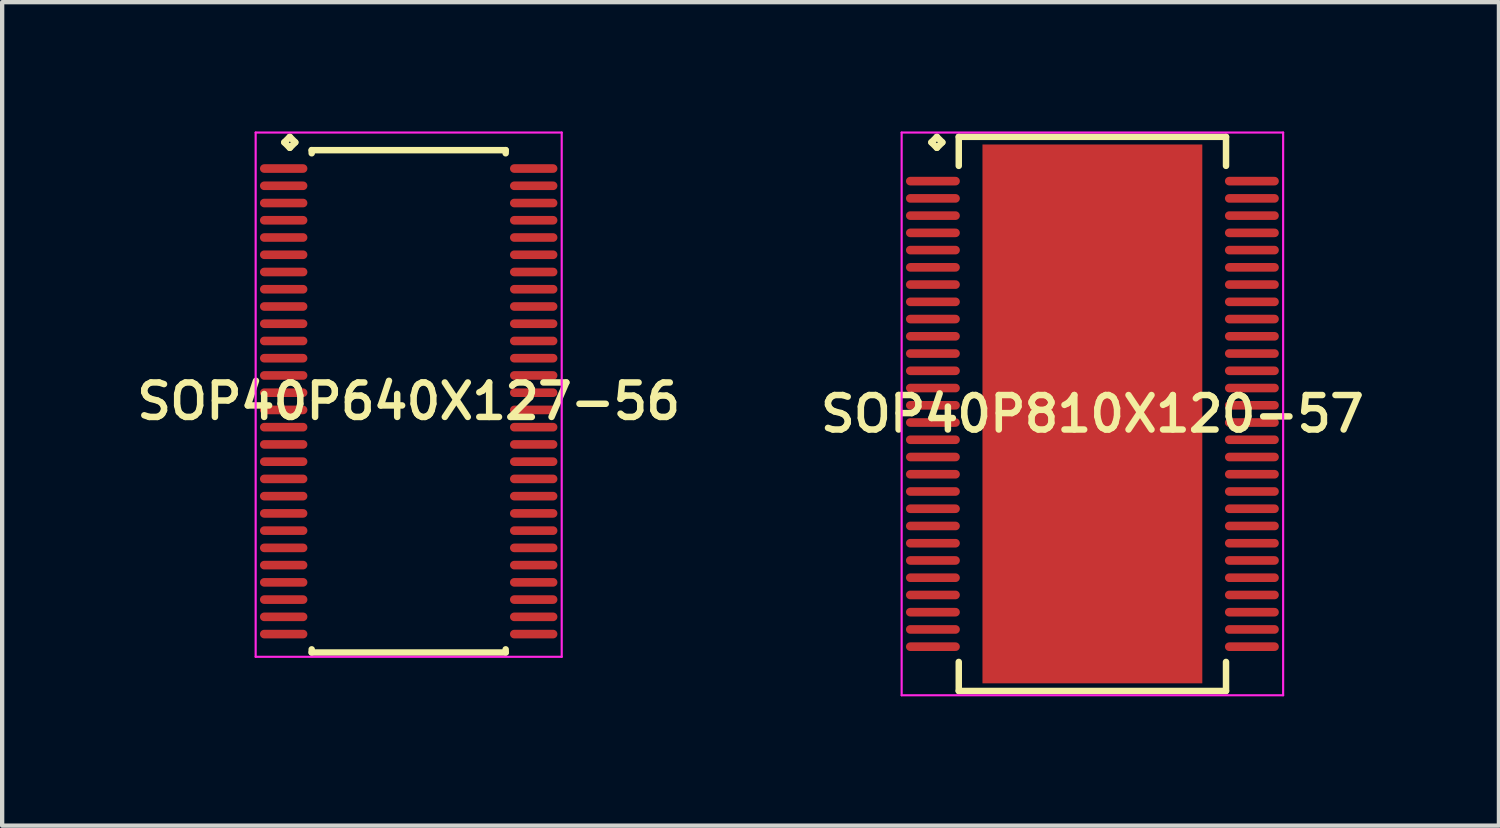
<source format=kicad_pcb>
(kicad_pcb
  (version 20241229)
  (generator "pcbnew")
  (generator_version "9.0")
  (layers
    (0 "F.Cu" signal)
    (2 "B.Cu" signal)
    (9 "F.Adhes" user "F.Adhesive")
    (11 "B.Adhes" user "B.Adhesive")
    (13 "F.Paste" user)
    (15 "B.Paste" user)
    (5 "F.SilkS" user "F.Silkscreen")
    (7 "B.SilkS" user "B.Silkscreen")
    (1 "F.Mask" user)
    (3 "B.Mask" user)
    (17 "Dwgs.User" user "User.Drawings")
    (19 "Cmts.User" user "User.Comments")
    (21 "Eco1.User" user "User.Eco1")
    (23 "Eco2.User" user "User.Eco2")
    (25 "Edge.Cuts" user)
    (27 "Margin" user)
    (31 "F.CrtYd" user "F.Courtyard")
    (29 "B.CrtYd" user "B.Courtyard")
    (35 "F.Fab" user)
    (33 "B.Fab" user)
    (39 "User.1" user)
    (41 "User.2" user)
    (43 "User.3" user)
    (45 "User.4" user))
  (footprint "SOP40P810X120-57"
    (layer "F.Cu")
    (at 22.292 6.552)
    (property "Reference" "SOP40P810X120-57" (at 0 0 0) (layer "F.SilkS") (effects (font (size 0.8 0.8) (thickness 0.15))))
    (attr smd)
    (fp_line (start -3.735 -6.3) (end -3.608 -6.427) (stroke (width 0.15) (type solid)) (layer "F.SilkS"))
    (fp_line (start -3.608 -6.427) (end -3.481 -6.3) (stroke (width 0.15) (type solid)) (layer "F.SilkS"))
    (fp_line (start -3.608 -6.173) (end -3.735 -6.3) (stroke (width 0.15) (type solid)) (layer "F.SilkS"))
    (fp_line (start -3.481 -6.3) (end -3.608 -6.173) (stroke (width 0.15) (type solid)) (layer "F.SilkS"))
    (fp_line (start -3.1 -6.427) (end 3.1 -6.427) (stroke (width 0.15) (type solid)) (layer "F.SilkS"))
    (fp_line (start -3.1 -5.754) (end -3.1 -6.427) (stroke (width 0.15) (type solid)) (layer "F.SilkS"))
    (fp_line (start -3.1 5.754) (end -3.1 6.427) (stroke (width 0.15) (type solid)) (layer "F.SilkS"))
    (fp_line (start -3.1 6.427) (end 3.1 6.427) (stroke (width 0.15) (type solid)) (layer "F.SilkS"))
    (fp_line (start 3.1 -6.427) (end 3.1 -5.754) (stroke (width 0.15) (type solid)) (layer "F.SilkS"))
    (fp_line (start 3.1 6.427) (end 3.1 5.754) (stroke (width 0.15) (type solid)) (layer "F.SilkS"))
    (fp_line (start -4.425 -6.527) (end 4.425 -6.527) (stroke (width 0.05) (type solid)) (layer "F.CrtYd"))
    (fp_line (start -4.425 6.527) (end -4.425 -6.527) (stroke (width 0.05) (type solid)) (layer "F.CrtYd"))
    (fp_line (start 4.425 -6.527) (end 4.425 6.527) (stroke (width 0.05) (type solid)) (layer "F.CrtYd"))
    (fp_line (start 4.425 6.527) (end -4.425 6.527) (stroke (width 0.05) (type solid)) (layer "F.CrtYd"))
    (pad "1" smd oval (at -3.7 -5.4) (size 1.25 0.2) (layers "F.Cu" "F.Mask" "F.Paste"))
    (pad "2" smd oval (at -3.7 -5) (size 1.25 0.2) (layers "F.Cu" "F.Mask" "F.Paste"))
    (pad "3" smd oval (at -3.7 -4.6) (size 1.25 0.2) (layers "F.Cu" "F.Mask" "F.Paste"))
    (pad "4" smd oval (at -3.7 -4.2) (size 1.25 0.2) (layers "F.Cu" "F.Mask" "F.Paste"))
    (pad "5" smd oval (at -3.7 -3.8) (size 1.25 0.2) (layers "F.Cu" "F.Mask" "F.Paste"))
    (pad "6" smd oval (at -3.7 -3.4) (size 1.25 0.2) (layers "F.Cu" "F.Mask" "F.Paste"))
    (pad "7" smd oval (at -3.7 -3) (size 1.25 0.2) (layers "F.Cu" "F.Mask" "F.Paste"))
    (pad "8" smd oval (at -3.7 -2.6) (size 1.25 0.2) (layers "F.Cu" "F.Mask" "F.Paste"))
    (pad "9" smd oval (at -3.7 -2.2) (size 1.25 0.2) (layers "F.Cu" "F.Mask" "F.Paste"))
    (pad "10" smd oval (at -3.7 -1.8) (size 1.25 0.2) (layers "F.Cu" "F.Mask" "F.Paste"))
    (pad "11" smd oval (at -3.7 -1.4) (size 1.25 0.2) (layers "F.Cu" "F.Mask" "F.Paste"))
    (pad "12" smd oval (at -3.7 -1) (size 1.25 0.2) (layers "F.Cu" "F.Mask" "F.Paste"))
    (pad "13" smd oval (at -3.7 -0.6) (size 1.25 0.2) (layers "F.Cu" "F.Mask" "F.Paste"))
    (pad "14" smd oval (at -3.7 -0.2) (size 1.25 0.2) (layers "F.Cu" "F.Mask" "F.Paste"))
    (pad "15" smd oval (at -3.7 0.2) (size 1.25 0.2) (layers "F.Cu" "F.Mask" "F.Paste"))
    (pad "16" smd oval (at -3.7 0.6) (size 1.25 0.2) (layers "F.Cu" "F.Mask" "F.Paste"))
    (pad "17" smd oval (at -3.7 1) (size 1.25 0.2) (layers "F.Cu" "F.Mask" "F.Paste"))
    (pad "18" smd oval (at -3.7 1.4) (size 1.25 0.2) (layers "F.Cu" "F.Mask" "F.Paste"))
    (pad "19" smd oval (at -3.7 1.8) (size 1.25 0.2) (layers "F.Cu" "F.Mask" "F.Paste"))
    (pad "20" smd oval (at -3.7 2.2) (size 1.25 0.2) (layers "F.Cu" "F.Mask" "F.Paste"))
    (pad "21" smd oval (at -3.7 2.6) (size 1.25 0.2) (layers "F.Cu" "F.Mask" "F.Paste"))
    (pad "22" smd oval (at -3.7 3) (size 1.25 0.2) (layers "F.Cu" "F.Mask" "F.Paste"))
    (pad "23" smd oval (at -3.7 3.4) (size 1.25 0.2) (layers "F.Cu" "F.Mask" "F.Paste"))
    (pad "24" smd oval (at -3.7 3.8) (size 1.25 0.2) (layers "F.Cu" "F.Mask" "F.Paste"))
    (pad "25" smd oval (at -3.7 4.2) (size 1.25 0.2) (layers "F.Cu" "F.Mask" "F.Paste"))
    (pad "26" smd oval (at -3.7 4.6) (size 1.25 0.2) (layers "F.Cu" "F.Mask" "F.Paste"))
    (pad "27" smd oval (at -3.7 5) (size 1.25 0.2) (layers "F.Cu" "F.Mask" "F.Paste"))
    (pad "28" smd oval (at -3.7 5.4) (size 1.25 0.2) (layers "F.Cu" "F.Mask" "F.Paste"))
    (pad "29" smd oval (at 3.7 5.4) (size 1.25 0.2) (layers "F.Cu" "F.Mask" "F.Paste"))
    (pad "30" smd oval (at 3.7 5) (size 1.25 0.2) (layers "F.Cu" "F.Mask" "F.Paste"))
    (pad "31" smd oval (at 3.7 4.6) (size 1.25 0.2) (layers "F.Cu" "F.Mask" "F.Paste"))
    (pad "32" smd oval (at 3.7 4.2) (size 1.25 0.2) (layers "F.Cu" "F.Mask" "F.Paste"))
    (pad "33" smd oval (at 3.7 3.8) (size 1.25 0.2) (layers "F.Cu" "F.Mask" "F.Paste"))
    (pad "34" smd oval (at 3.7 3.4) (size 1.25 0.2) (layers "F.Cu" "F.Mask" "F.Paste"))
    (pad "35" smd oval (at 3.7 3) (size 1.25 0.2) (layers "F.Cu" "F.Mask" "F.Paste"))
    (pad "36" smd oval (at 3.7 2.6) (size 1.25 0.2) (layers "F.Cu" "F.Mask" "F.Paste"))
    (pad "37" smd oval (at 3.7 2.2) (size 1.25 0.2) (layers "F.Cu" "F.Mask" "F.Paste"))
    (pad "38" smd oval (at 3.7 1.8) (size 1.25 0.2) (layers "F.Cu" "F.Mask" "F.Paste"))
    (pad "39" smd oval (at 3.7 1.4) (size 1.25 0.2) (layers "F.Cu" "F.Mask" "F.Paste"))
    (pad "40" smd oval (at 3.7 1) (size 1.25 0.2) (layers "F.Cu" "F.Mask" "F.Paste"))
    (pad "41" smd oval (at 3.7 0.6) (size 1.25 0.2) (layers "F.Cu" "F.Mask" "F.Paste"))
    (pad "42" smd oval (at 3.7 0.2) (size 1.25 0.2) (layers "F.Cu" "F.Mask" "F.Paste"))
    (pad "43" smd oval (at 3.7 -0.2) (size 1.25 0.2) (layers "F.Cu" "F.Mask" "F.Paste"))
    (pad "44" smd oval (at 3.7 -0.6) (size 1.25 0.2) (layers "F.Cu" "F.Mask" "F.Paste"))
    (pad "45" smd oval (at 3.7 -1) (size 1.25 0.2) (layers "F.Cu" "F.Mask" "F.Paste"))
    (pad "46" smd oval (at 3.7 -1.4) (size 1.25 0.2) (layers "F.Cu" "F.Mask" "F.Paste"))
    (pad "47" smd oval (at 3.7 -1.8) (size 1.25 0.2) (layers "F.Cu" "F.Mask" "F.Paste"))
    (pad "48" smd oval (at 3.7 -2.2) (size 1.25 0.2) (layers "F.Cu" "F.Mask" "F.Paste"))
    (pad "49" smd oval (at 3.7 -2.6) (size 1.25 0.2) (layers "F.Cu" "F.Mask" "F.Paste"))
    (pad "50" smd oval (at 3.7 -3) (size 1.25 0.2) (layers "F.Cu" "F.Mask" "F.Paste"))
    (pad "51" smd oval (at 3.7 -3.4) (size 1.25 0.2) (layers "F.Cu" "F.Mask" "F.Paste"))
    (pad "52" smd oval (at 3.7 -3.8) (size 1.25 0.2) (layers "F.Cu" "F.Mask" "F.Paste"))
    (pad "53" smd oval (at 3.7 -4.2) (size 1.25 0.2) (layers "F.Cu" "F.Mask" "F.Paste"))
    (pad "54" smd oval (at 3.7 -4.6) (size 1.25 0.2) (layers "F.Cu" "F.Mask" "F.Paste"))
    (pad "55" smd oval (at 3.7 -5) (size 1.25 0.2) (layers "F.Cu" "F.Mask" "F.Paste"))
    (pad "56" smd oval (at 3.7 -5.4) (size 1.25 0.2) (layers "F.Cu" "F.Mask" "F.Paste"))
    (pad "57" smd rect (at 0 0) (size 5.1 12.5) (layers "F.Cu" "F.Mask" "F.Paste")))
  (footprint "SOP40P640X127-56"
    (layer "F.Cu")
    (at 6.431 6.26)
    (property "Reference" "SOP40P640X127-56" (at 0 0 0) (layer "F.SilkS") (effects (font (size 0.8 0.8) (thickness 0.15))))
    (attr smd)
    (fp_line (start -2.885 -6.008) (end -2.758 -6.135) (stroke (width 0.15) (type solid)) (layer "F.SilkS"))
    (fp_line (start -2.758 -6.135) (end -2.631 -6.008) (stroke (width 0.15) (type solid)) (layer "F.SilkS"))
    (fp_line (start -2.758 -5.881) (end -2.885 -6.008) (stroke (width 0.15) (type solid)) (layer "F.SilkS"))
    (fp_line (start -2.631 -6.008) (end -2.758 -5.881) (stroke (width 0.15) (type solid)) (layer "F.SilkS"))
    (fp_line (start -2.25 -5.827) (end 2.25 -5.827) (stroke (width 0.15) (type solid)) (layer "F.SilkS"))
    (fp_line (start -2.25 -5.754) (end -2.25 -5.827) (stroke (width 0.15) (type solid)) (layer "F.SilkS"))
    (fp_line (start -2.25 5.754) (end -2.25 5.827) (stroke (width 0.15) (type solid)) (layer "F.SilkS"))
    (fp_line (start -2.25 5.827) (end 2.25 5.827) (stroke (width 0.15) (type solid)) (layer "F.SilkS"))
    (fp_line (start 2.25 -5.827) (end 2.25 -5.754) (stroke (width 0.15) (type solid)) (layer "F.SilkS"))
    (fp_line (start 2.25 5.827) (end 2.25 5.754) (stroke (width 0.15) (type solid)) (layer "F.SilkS"))
    (fp_line (start -3.55 -6.235) (end 3.55 -6.235) (stroke (width 0.05) (type solid)) (layer "F.CrtYd"))
    (fp_line (start -3.55 5.927) (end -3.55 -6.235) (stroke (width 0.05) (type solid)) (layer "F.CrtYd"))
    (fp_line (start 3.55 -6.235) (end 3.55 5.927) (stroke (width 0.05) (type solid)) (layer "F.CrtYd"))
    (fp_line (start 3.55 5.927) (end -3.55 5.927) (stroke (width 0.05) (type solid)) (layer "F.CrtYd"))
    (pad "1" smd oval (at -2.9 -5.4) (size 1.1 0.2) (layers "F.Cu" "F.Mask" "F.Paste"))
    (pad "2" smd oval (at -2.9 -5) (size 1.1 0.2) (layers "F.Cu" "F.Mask" "F.Paste"))
    (pad "3" smd oval (at -2.9 -4.6) (size 1.1 0.2) (layers "F.Cu" "F.Mask" "F.Paste"))
    (pad "4" smd oval (at -2.9 -4.2) (size 1.1 0.2) (layers "F.Cu" "F.Mask" "F.Paste"))
    (pad "5" smd oval (at -2.9 -3.8) (size 1.1 0.2) (layers "F.Cu" "F.Mask" "F.Paste"))
    (pad "6" smd oval (at -2.9 -3.4) (size 1.1 0.2) (layers "F.Cu" "F.Mask" "F.Paste"))
    (pad "7" smd oval (at -2.9 -3) (size 1.1 0.2) (layers "F.Cu" "F.Mask" "F.Paste"))
    (pad "8" smd oval (at -2.9 -2.6) (size 1.1 0.2) (layers "F.Cu" "F.Mask" "F.Paste"))
    (pad "9" smd oval (at -2.9 -2.2) (size 1.1 0.2) (layers "F.Cu" "F.Mask" "F.Paste"))
    (pad "10" smd oval (at -2.9 -1.8) (size 1.1 0.2) (layers "F.Cu" "F.Mask" "F.Paste"))
    (pad "11" smd oval (at -2.9 -1.4) (size 1.1 0.2) (layers "F.Cu" "F.Mask" "F.Paste"))
    (pad "12" smd oval (at -2.9 -1) (size 1.1 0.2) (layers "F.Cu" "F.Mask" "F.Paste"))
    (pad "13" smd oval (at -2.9 -0.6) (size 1.1 0.2) (layers "F.Cu" "F.Mask" "F.Paste"))
    (pad "14" smd oval (at -2.9 -0.2) (size 1.1 0.2) (layers "F.Cu" "F.Mask" "F.Paste"))
    (pad "15" smd oval (at -2.9 0.2) (size 1.1 0.2) (layers "F.Cu" "F.Mask" "F.Paste"))
    (pad "16" smd oval (at -2.9 0.6) (size 1.1 0.2) (layers "F.Cu" "F.Mask" "F.Paste"))
    (pad "17" smd oval (at -2.9 1) (size 1.1 0.2) (layers "F.Cu" "F.Mask" "F.Paste"))
    (pad "18" smd oval (at -2.9 1.4) (size 1.1 0.2) (layers "F.Cu" "F.Mask" "F.Paste"))
    (pad "19" smd oval (at -2.9 1.8) (size 1.1 0.2) (layers "F.Cu" "F.Mask" "F.Paste"))
    (pad "20" smd oval (at -2.9 2.2) (size 1.1 0.2) (layers "F.Cu" "F.Mask" "F.Paste"))
    (pad "21" smd oval (at -2.9 2.6) (size 1.1 0.2) (layers "F.Cu" "F.Mask" "F.Paste"))
    (pad "22" smd oval (at -2.9 3) (size 1.1 0.2) (layers "F.Cu" "F.Mask" "F.Paste"))
    (pad "23" smd oval (at -2.9 3.4) (size 1.1 0.2) (layers "F.Cu" "F.Mask" "F.Paste"))
    (pad "24" smd oval (at -2.9 3.8) (size 1.1 0.2) (layers "F.Cu" "F.Mask" "F.Paste"))
    (pad "25" smd oval (at -2.9 4.2) (size 1.1 0.2) (layers "F.Cu" "F.Mask" "F.Paste"))
    (pad "26" smd oval (at -2.9 4.6) (size 1.1 0.2) (layers "F.Cu" "F.Mask" "F.Paste"))
    (pad "27" smd oval (at -2.9 5) (size 1.1 0.2) (layers "F.Cu" "F.Mask" "F.Paste"))
    (pad "28" smd oval (at -2.9 5.4) (size 1.1 0.2) (layers "F.Cu" "F.Mask" "F.Paste"))
    (pad "29" smd oval (at 2.9 5.4) (size 1.1 0.2) (layers "F.Cu" "F.Mask" "F.Paste"))
    (pad "30" smd oval (at 2.9 5) (size 1.1 0.2) (layers "F.Cu" "F.Mask" "F.Paste"))
    (pad "31" smd oval (at 2.9 4.6) (size 1.1 0.2) (layers "F.Cu" "F.Mask" "F.Paste"))
    (pad "32" smd oval (at 2.9 4.2) (size 1.1 0.2) (layers "F.Cu" "F.Mask" "F.Paste"))
    (pad "33" smd oval (at 2.9 3.8) (size 1.1 0.2) (layers "F.Cu" "F.Mask" "F.Paste"))
    (pad "34" smd oval (at 2.9 3.4) (size 1.1 0.2) (layers "F.Cu" "F.Mask" "F.Paste"))
    (pad "35" smd oval (at 2.9 3) (size 1.1 0.2) (layers "F.Cu" "F.Mask" "F.Paste"))
    (pad "36" smd oval (at 2.9 2.6) (size 1.1 0.2) (layers "F.Cu" "F.Mask" "F.Paste"))
    (pad "37" smd oval (at 2.9 2.2) (size 1.1 0.2) (layers "F.Cu" "F.Mask" "F.Paste"))
    (pad "38" smd oval (at 2.9 1.8) (size 1.1 0.2) (layers "F.Cu" "F.Mask" "F.Paste"))
    (pad "39" smd oval (at 2.9 1.4) (size 1.1 0.2) (layers "F.Cu" "F.Mask" "F.Paste"))
    (pad "40" smd oval (at 2.9 1) (size 1.1 0.2) (layers "F.Cu" "F.Mask" "F.Paste"))
    (pad "41" smd oval (at 2.9 0.6) (size 1.1 0.2) (layers "F.Cu" "F.Mask" "F.Paste"))
    (pad "42" smd oval (at 2.9 0.2) (size 1.1 0.2) (layers "F.Cu" "F.Mask" "F.Paste"))
    (pad "43" smd oval (at 2.9 -0.2) (size 1.1 0.2) (layers "F.Cu" "F.Mask" "F.Paste"))
    (pad "44" smd oval (at 2.9 -0.6) (size 1.1 0.2) (layers "F.Cu" "F.Mask" "F.Paste"))
    (pad "45" smd oval (at 2.9 -1) (size 1.1 0.2) (layers "F.Cu" "F.Mask" "F.Paste"))
    (pad "46" smd oval (at 2.9 -1.4) (size 1.1 0.2) (layers "F.Cu" "F.Mask" "F.Paste"))
    (pad "47" smd oval (at 2.9 -1.8) (size 1.1 0.2) (layers "F.Cu" "F.Mask" "F.Paste"))
    (pad "48" smd oval (at 2.9 -2.2) (size 1.1 0.2) (layers "F.Cu" "F.Mask" "F.Paste"))
    (pad "49" smd oval (at 2.9 -2.6) (size 1.1 0.2) (layers "F.Cu" "F.Mask" "F.Paste"))
    (pad "50" smd oval (at 2.9 -3) (size 1.1 0.2) (layers "F.Cu" "F.Mask" "F.Paste"))
    (pad "51" smd oval (at 2.9 -3.4) (size 1.1 0.2) (layers "F.Cu" "F.Mask" "F.Paste"))
    (pad "52" smd oval (at 2.9 -3.8) (size 1.1 0.2) (layers "F.Cu" "F.Mask" "F.Paste"))
    (pad "53" smd oval (at 2.9 -4.2) (size 1.1 0.2) (layers "F.Cu" "F.Mask" "F.Paste"))
    (pad "54" smd oval (at 2.9 -4.6) (size 1.1 0.2) (layers "F.Cu" "F.Mask" "F.Paste"))
    (pad "55" smd oval (at 2.9 -5) (size 1.1 0.2) (layers "F.Cu" "F.Mask" "F.Paste"))
    (pad "56" smd oval (at 2.9 -5.4) (size 1.1 0.2) (layers "F.Cu" "F.Mask" "F.Paste")))
  (gr_rect
    (start -3 -3)
    (end 31.723 16.104)
    (stroke (width 0.1) (type default))
    (fill no)
    (layer "Edge.Cuts")))
</source>
